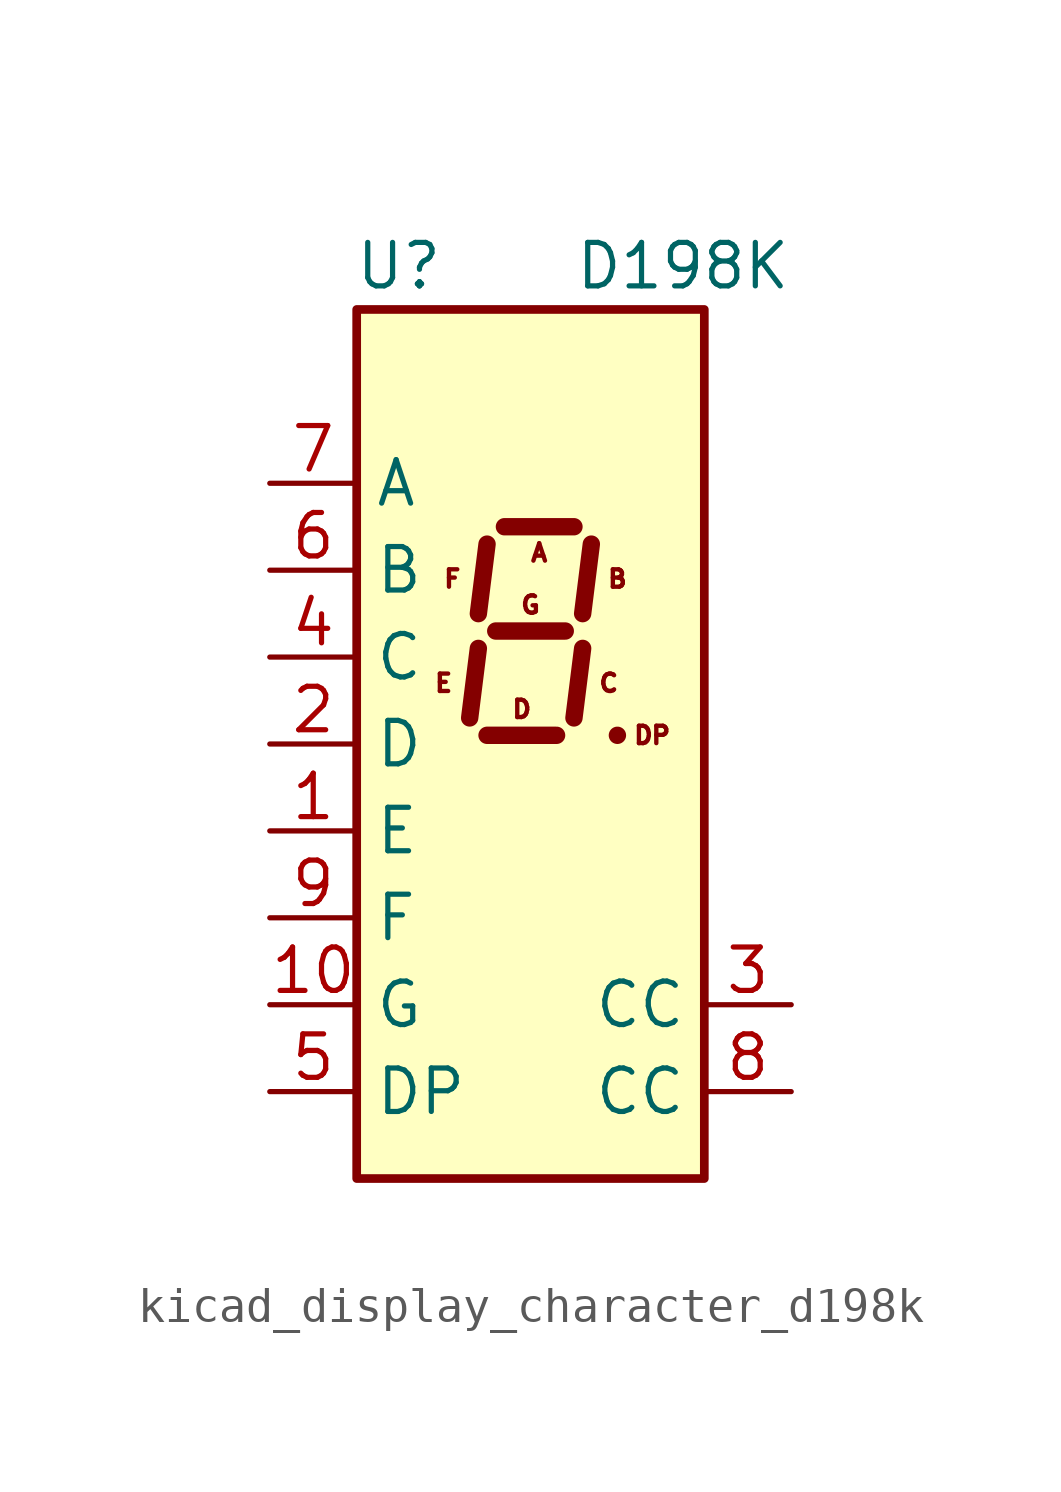
<source format=kicad_sym>
(kicad_symbol_lib
  (version 20220914)
  (generator kicad_symbol_editor)
  (symbol "kicad_display_character_d198k"
    (property "Reference" "U"
      (at -2.54 13.97 0)
      (effects (font (size 1.27 1.27)) (justify right)))
    (property "Value" "D198K"
      (at 1.27 13.97 0)
      (effects (font (size 1.27 1.27)) (justify left)))
    (symbol "kicad_display_character_d198k_0_0"
      (text "A" (at 0.254 5.588 0) (effects (font (size 0.508 0.508))))
      (text "B" (at 2.54 4.826 0) (effects (font (size 0.508 0.508))))
      (text "C" (at 2.286 1.778 0) (effects (font (size 0.508 0.508))))
      (text "D" (at -0.254 1.016 0) (effects (font (size 0.508 0.508))))
      (text "DP" (at 3.556 0.254 0) (effects (font (size 0.508 0.508))))
      (text "E" (at -2.54 1.778 0) (effects (font (size 0.508 0.508))))
      (text "F" (at -2.286 4.826 0) (effects (font (size 0.508 0.508))))
      (text "G" (at 0 4.064 0) (effects (font (size 0.508 0.508)))))
    (symbol "kicad_display_character_d198k_0_1"
      (rectangle (start -5.08 12.7) (end 5.08 -12.7) (stroke (width 0.254) (type default)) (fill (type background)))
      (polyline (pts (xy -1.524 2.794) (xy -1.778 0.762)) (stroke (width 0.508) (type default)) (fill (type none)))
      (polyline (pts (xy -1.27 0.254) (xy 0.762 0.254)) (stroke (width 0.508) (type default)) (fill (type none)))
      (polyline (pts (xy -1.27 5.842) (xy -1.524 3.81)) (stroke (width 0.508) (type default)) (fill (type none)))
      (polyline (pts (xy -1.016 3.302) (xy 1.016 3.302)) (stroke (width 0.508) (type default)) (fill (type none)))
      (polyline (pts (xy -0.762 6.35) (xy 1.27 6.35)) (stroke (width 0.508) (type default)) (fill (type none)))
      (polyline (pts (xy 1.524 2.794) (xy 1.27 0.762)) (stroke (width 0.508) (type default)) (fill (type none)))
      (polyline (pts (xy 1.778 5.842) (xy 1.524 3.81)) (stroke (width 0.508) (type default)) (fill (type none)))
      (polyline (pts (xy 2.54 0.254) (xy 2.54 0.254)) (stroke (width 0.508) (type default)) (fill (type none))))
    (symbol "kicad_display_character_d198k_1_1"
      (pin input line (at -7.62 -2.54 0) (length 2.54) (name "E" (effects (font (size 1.27 1.27)))) (number "1" (effects (font (size 1.27 1.27)))))
      (pin input line (at -7.62 -7.62 0) (length 2.54) (name "G" (effects (font (size 1.27 1.27)))) (number "10" (effects (font (size 1.27 1.27)))))
      (pin input line (at -7.62 0 0) (length 2.54) (name "D" (effects (font (size 1.27 1.27)))) (number "2" (effects (font (size 1.27 1.27)))))
      (pin input line (at 7.62 -7.62 180) (length 2.54) (name "CC" (effects (font (size 1.27 1.27)))) (number "3" (effects (font (size 1.27 1.27)))))
      (pin input line (at -7.62 2.54 0) (length 2.54) (name "C" (effects (font (size 1.27 1.27)))) (number "4" (effects (font (size 1.27 1.27)))))
      (pin input line (at -7.62 -10.16 0) (length 2.54) (name "DP" (effects (font (size 1.27 1.27)))) (number "5" (effects (font (size 1.27 1.27)))))
      (pin input line (at -7.62 5.08 0) (length 2.54) (name "B" (effects (font (size 1.27 1.27)))) (number "6" (effects (font (size 1.27 1.27)))))
      (pin input line (at -7.62 7.62 0) (length 2.54) (name "A" (effects (font (size 1.27 1.27)))) (number "7" (effects (font (size 1.27 1.27)))))
      (pin input line (at 7.62 -10.16 180) (length 2.54) (name "CC" (effects (font (size 1.27 1.27)))) (number "8" (effects (font (size 1.27 1.27)))))
      (pin input line (at -7.62 -5.08 0) (length 2.54) (name "F" (effects (font (size 1.27 1.27)))) (number "9" (effects (font (size 1.27 1.27))))))))
</source>
